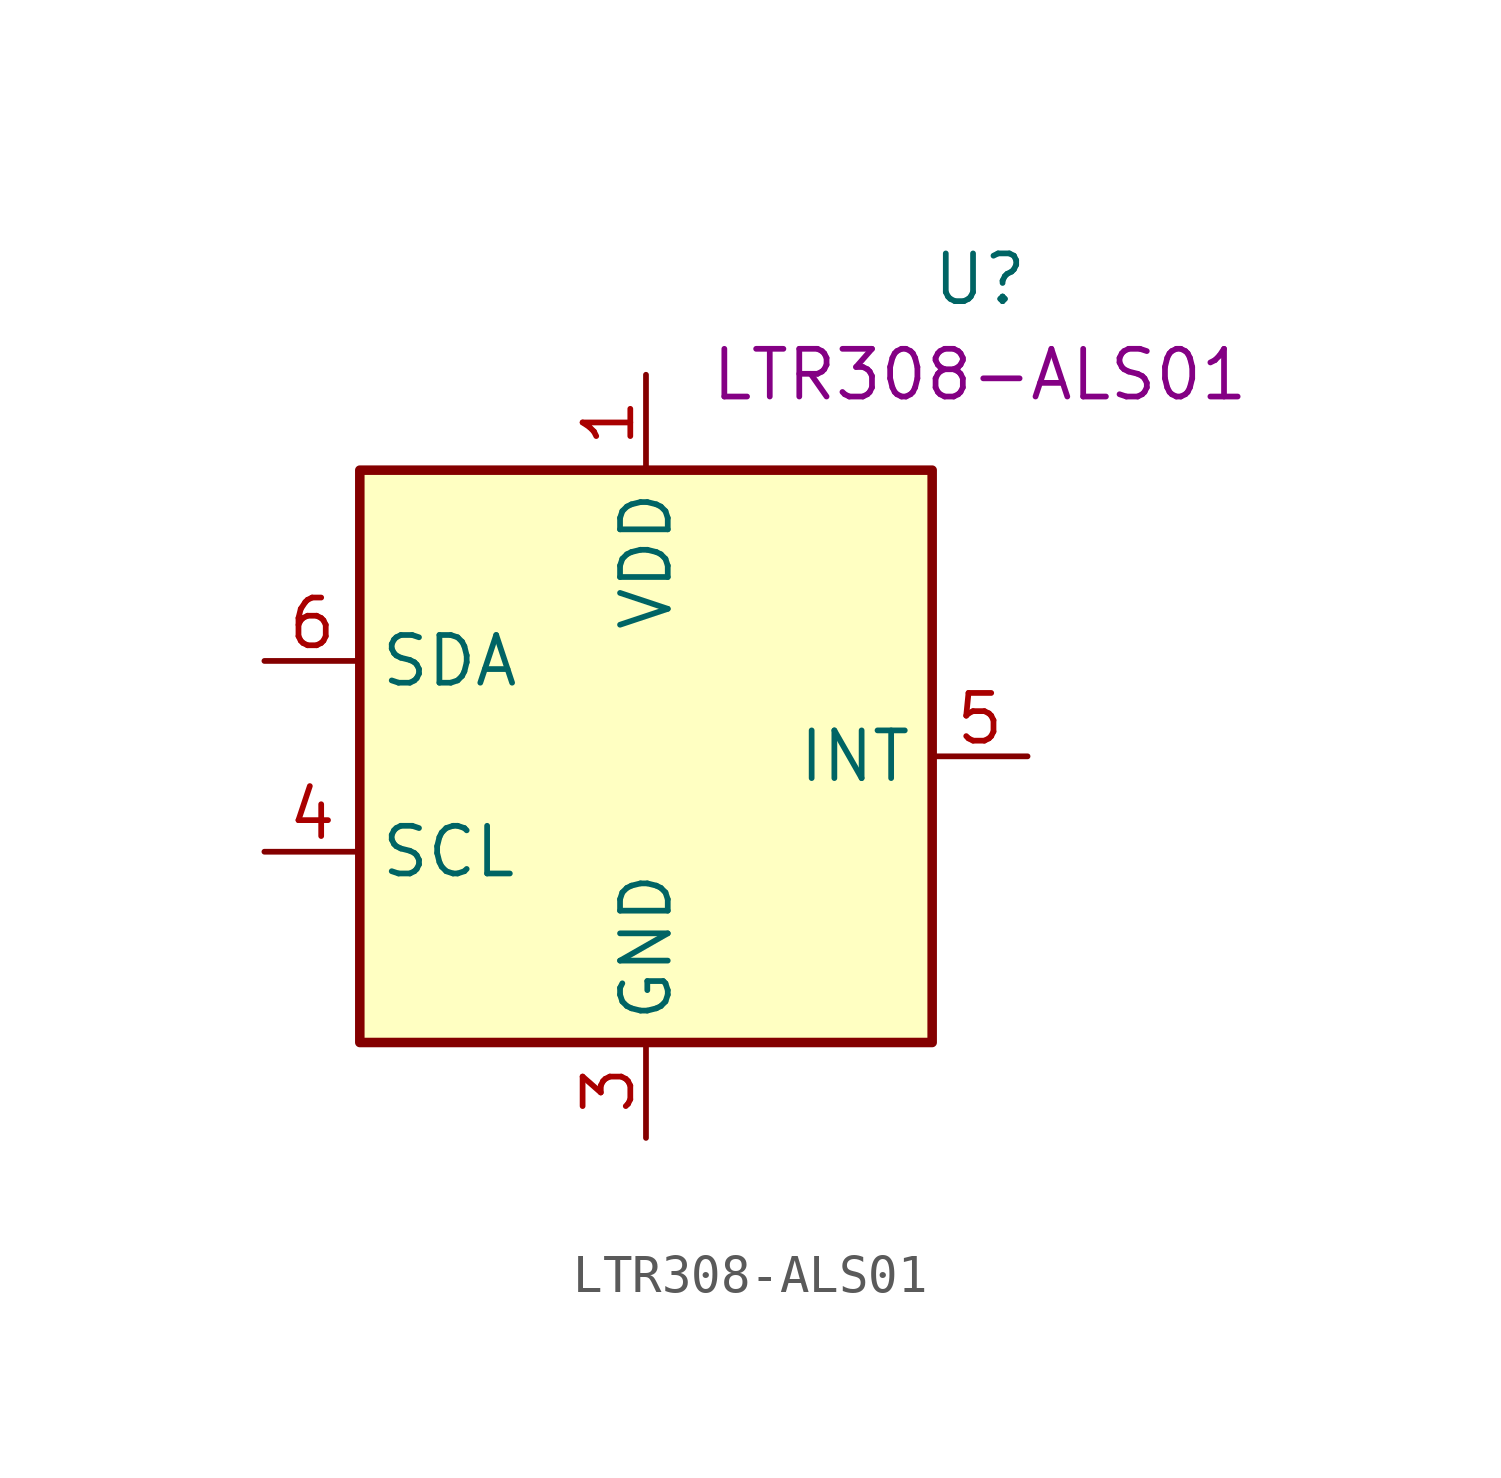
<source format=kicad_sym>
(kicad_symbol_lib
  (version 20211014)
  (generator kicad_symbol_editor)
  (symbol "LTR308-ALS01"
    (property "Reference" "U"
      (at 8.89 12.7 0)
      (effects (font (size 1.27 1.27))))
    (property "UserValue" "LTR308-ALS01"
      (at 8.89 10.16 0)
      (effects (font (size 1.27 1.27))))
    (symbol "LTR308-ALS01_0_1"
      (rectangle (start -7.62 7.62) (end 7.62 -7.62) (stroke (width 0.254) (type default) (color 0 0 0 0)) (fill (type background))))
    (symbol "LTR308-ALS01_1_1"
      (pin power_in line (at 0 10.16 270) (length 2.54) (name "VDD" (effects (font (size 1.27 1.27)))) (number "1" (effects (font (size 1.27 1.27)))))
      (pin no_connect line (at 7.62 -6.35 180) (length 2.54) hide (name "NC" (effects (font (size 1.27 1.27)))) (number "2" (effects (font (size 1.27 1.27)))))
      (pin power_in line (at 0 -10.16 90) (length 2.54) (name "GND" (effects (font (size 1.27 1.27)))) (number "3" (effects (font (size 1.27 1.27)))))
      (pin input line (at -10.16 -2.54 0) (length 2.54) (name "SCL" (effects (font (size 1.27 1.27)))) (number "4" (effects (font (size 1.27 1.27)))))
      (pin open_collector line (at 10.16 0 180) (length 2.54) (name "INT" (effects (font (size 1.27 1.27)))) (number "5" (effects (font (size 1.27 1.27)))))
      (pin bidirectional line (at -10.16 2.54 0) (length 2.54) (name "SDA" (effects (font (size 1.27 1.27)))) (number "6" (effects (font (size 1.27 1.27))))))))
</source>
